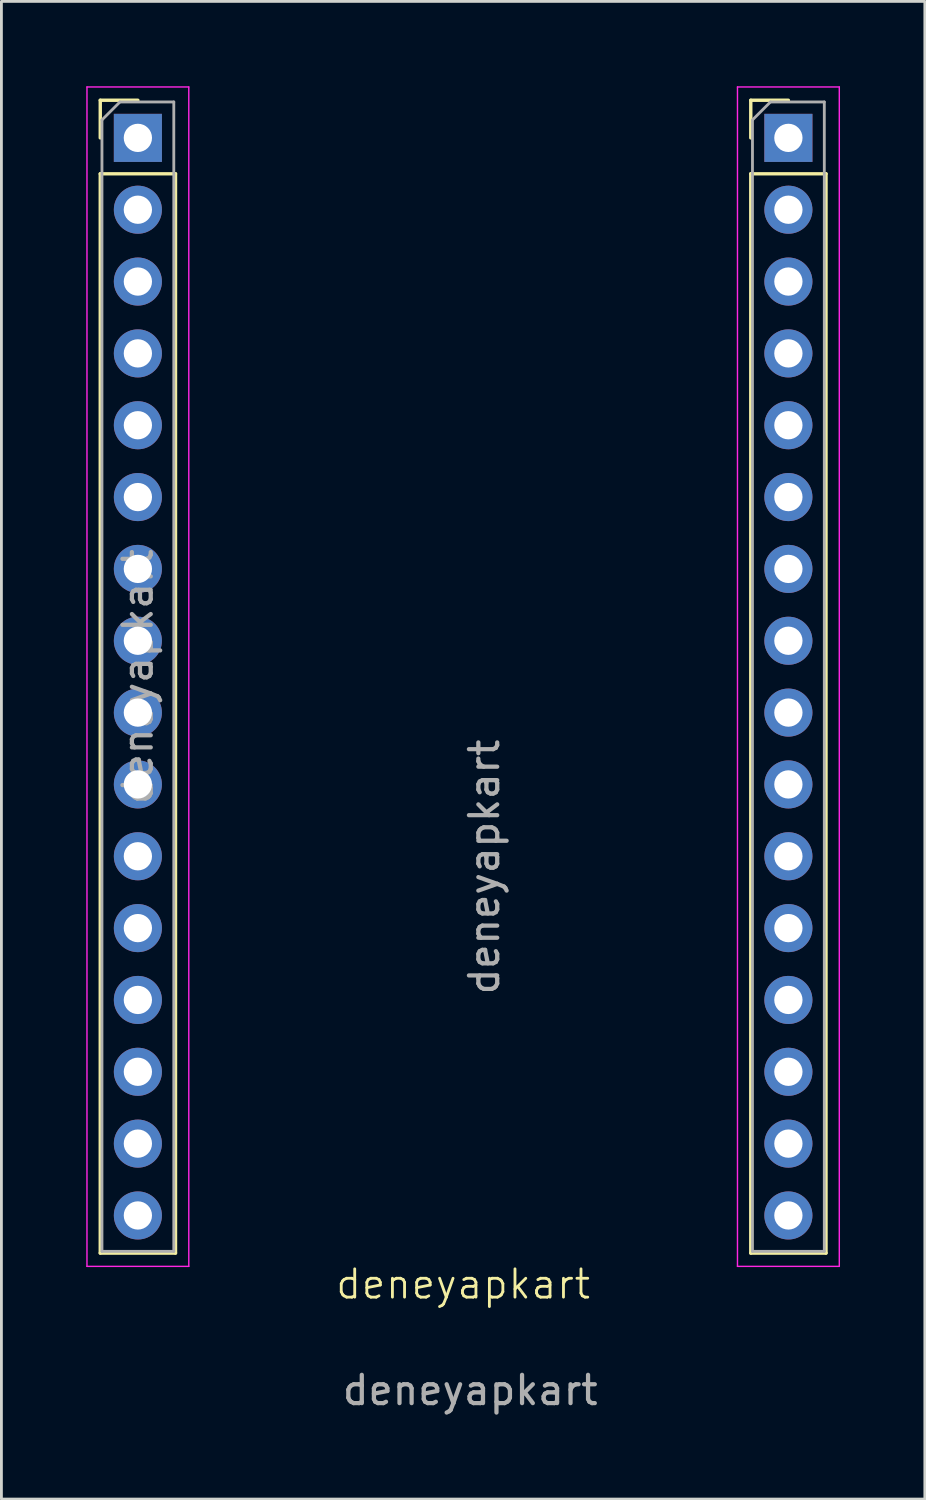
<source format=kicad_pcb>
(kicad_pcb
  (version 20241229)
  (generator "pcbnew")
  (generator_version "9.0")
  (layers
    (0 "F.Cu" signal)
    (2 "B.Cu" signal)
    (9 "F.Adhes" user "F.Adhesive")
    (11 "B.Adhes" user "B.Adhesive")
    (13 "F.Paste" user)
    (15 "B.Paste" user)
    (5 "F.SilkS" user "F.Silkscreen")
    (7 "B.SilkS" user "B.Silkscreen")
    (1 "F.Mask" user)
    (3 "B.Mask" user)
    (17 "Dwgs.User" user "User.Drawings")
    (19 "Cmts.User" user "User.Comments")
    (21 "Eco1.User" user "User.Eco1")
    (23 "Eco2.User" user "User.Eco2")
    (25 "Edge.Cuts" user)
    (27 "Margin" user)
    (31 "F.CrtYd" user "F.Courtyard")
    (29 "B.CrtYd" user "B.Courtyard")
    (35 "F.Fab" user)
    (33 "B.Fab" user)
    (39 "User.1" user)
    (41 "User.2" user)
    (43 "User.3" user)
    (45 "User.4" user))
  (footprint "deneyapkart"
    (layer "F.Cu")
    (at 13.325 20.855)
    (property "Reference" "deneyapkart" (at 0 21.5 0) (unlocked yes) (layer "F.SilkS") (effects (font (size 1 1) (thickness 0.1))))
    (attr through_hole)
    (fp_line (start -12.83 -20.36) (end -11.5 -20.36) (stroke (width 0.12) (type solid)) (layer "F.SilkS"))
    (fp_line (start -12.83 -19.03) (end -12.83 -20.36) (stroke (width 0.12) (type solid)) (layer "F.SilkS"))
    (fp_line (start -12.83 -17.76) (end -12.83 20.4) (stroke (width 0.12) (type solid)) (layer "F.SilkS"))
    (fp_line (start -12.83 -17.76) (end -10.17 -17.76) (stroke (width 0.12) (type solid)) (layer "F.SilkS"))
    (fp_line (start -12.83 20.4) (end -10.17 20.4) (stroke (width 0.12) (type solid)) (layer "F.SilkS"))
    (fp_line (start -10.17 -17.76) (end -10.17 20.4) (stroke (width 0.12) (type solid)) (layer "F.SilkS"))
    (fp_line (start 10.17 -20.36) (end 11.5 -20.36) (stroke (width 0.12) (type solid)) (layer "F.SilkS"))
    (fp_line (start 10.17 -19.03) (end 10.17 -20.36) (stroke (width 0.12) (type solid)) (layer "F.SilkS"))
    (fp_line (start 10.17 -17.76) (end 10.17 20.4) (stroke (width 0.12) (type solid)) (layer "F.SilkS"))
    (fp_line (start 10.17 -17.76) (end 12.83 -17.76) (stroke (width 0.12) (type solid)) (layer "F.SilkS"))
    (fp_line (start 10.17 20.4) (end 12.83 20.4) (stroke (width 0.12) (type solid)) (layer "F.SilkS"))
    (fp_line (start 12.83 -17.76) (end 12.83 20.4) (stroke (width 0.12) (type solid)) (layer "F.SilkS"))
    (fp_line (start -13.3 -20.83) (end -13.3 20.87) (stroke (width 0.05) (type solid)) (layer "F.CrtYd"))
    (fp_line (start -13.3 20.87) (end -9.7 20.87) (stroke (width 0.05) (type solid)) (layer "F.CrtYd"))
    (fp_line (start -9.7 -20.83) (end -13.3 -20.83) (stroke (width 0.05) (type solid)) (layer "F.CrtYd"))
    (fp_line (start -9.7 20.87) (end -9.7 -20.83) (stroke (width 0.05) (type solid)) (layer "F.CrtYd"))
    (fp_line (start 9.7 -20.83) (end 9.7 20.87) (stroke (width 0.05) (type solid)) (layer "F.CrtYd"))
    (fp_line (start 9.7 20.87) (end 13.3 20.87) (stroke (width 0.05) (type solid)) (layer "F.CrtYd"))
    (fp_line (start 13.3 -20.83) (end 9.7 -20.83) (stroke (width 0.05) (type solid)) (layer "F.CrtYd"))
    (fp_line (start 13.3 20.87) (end 13.3 -20.83) (stroke (width 0.05) (type solid)) (layer "F.CrtYd"))
    (fp_line (start -12.77 -19.665) (end -12.135 -20.3) (stroke (width 0.1) (type solid)) (layer "F.Fab"))
    (fp_line (start -12.77 20.34) (end -12.77 -19.665) (stroke (width 0.1) (type solid)) (layer "F.Fab"))
    (fp_line (start -12.135 -20.3) (end -10.23 -20.3) (stroke (width 0.1) (type solid)) (layer "F.Fab"))
    (fp_line (start -10.23 -20.3) (end -10.23 20.34) (stroke (width 0.1) (type solid)) (layer "F.Fab"))
    (fp_line (start -10.23 20.34) (end -12.77 20.34) (stroke (width 0.1) (type solid)) (layer "F.Fab"))
    (fp_line (start 10.23 -19.665) (end 10.865 -20.3) (stroke (width 0.1) (type solid)) (layer "F.Fab"))
    (fp_line (start 10.23 20.34) (end 10.23 -19.665) (stroke (width 0.1) (type solid)) (layer "F.Fab"))
    (fp_line (start 10.865 -20.3) (end 12.77 -20.3) (stroke (width 0.1) (type solid)) (layer "F.Fab"))
    (fp_line (start 12.77 -20.3) (end 12.77 20.34) (stroke (width 0.1) (type solid)) (layer "F.Fab"))
    (fp_line (start 12.77 20.34) (end 10.23 20.34) (stroke (width 0.1) (type solid)) (layer "F.Fab"))
    (fp_text user "${REFERENCE}" (at -11.5 0.02 90) (layer "F.Fab") (effects (font (size 1 1) (thickness 0.15))))
    (fp_text user "${REFERENCE}" (at 0.75 6.75 90) (layer "F.Fab") (effects (font (size 1 1) (thickness 0.15))))
    (fp_text user "${REFERENCE}" (at 0.25 25.25 0) (unlocked yes) (layer "F.Fab") (effects (font (size 1 1) (thickness 0.15))))
    (pad "1" thru_hole rect (at -11.5 -19.03) (size 1.7 1.7) (drill 1) (layers "*.Cu" "*.Mask"))
    (pad "2" thru_hole oval (at -11.5 -16.49) (size 1.7 1.7) (drill 1) (layers "*.Cu" "*.Mask"))
    (pad "3" thru_hole oval (at -11.5 -13.95) (size 1.7 1.7) (drill 1) (layers "*.Cu" "*.Mask"))
    (pad "4" thru_hole oval (at -11.5 -11.41) (size 1.7 1.7) (drill 1) (layers "*.Cu" "*.Mask"))
    (pad "5" thru_hole oval (at -11.5 -8.87) (size 1.7 1.7) (drill 1) (layers "*.Cu" "*.Mask"))
    (pad "6" thru_hole oval (at -11.5 -6.33) (size 1.7 1.7) (drill 1) (layers "*.Cu" "*.Mask"))
    (pad "7" thru_hole oval (at -11.5 -3.79) (size 1.7 1.7) (drill 1) (layers "*.Cu" "*.Mask"))
    (pad "8" thru_hole oval (at -11.5 -1.25) (size 1.7 1.7) (drill 1) (layers "*.Cu" "*.Mask"))
    (pad "9" thru_hole oval (at -11.5 1.29) (size 1.7 1.7) (drill 1) (layers "*.Cu" "*.Mask"))
    (pad "10" thru_hole oval (at -11.5 3.83) (size 1.7 1.7) (drill 1) (layers "*.Cu" "*.Mask"))
    (pad "11" thru_hole oval (at -11.5 6.37) (size 1.7 1.7) (drill 1) (layers "*.Cu" "*.Mask"))
    (pad "12" thru_hole oval (at -11.5 8.91) (size 1.7 1.7) (drill 1) (layers "*.Cu" "*.Mask"))
    (pad "13" thru_hole oval (at -11.5 11.45) (size 1.7 1.7) (drill 1) (layers "*.Cu" "*.Mask"))
    (pad "14" thru_hole oval (at -11.5 13.99) (size 1.7 1.7) (drill 1) (layers "*.Cu" "*.Mask"))
    (pad "15" thru_hole oval (at -11.5 16.53) (size 1.7 1.7) (drill 1) (layers "*.Cu" "*.Mask"))
    (pad "16" thru_hole oval (at -11.5 19.07) (size 1.7 1.7) (drill 1) (layers "*.Cu" "*.Mask"))
    (pad "17" thru_hole oval (at 11.5 19.07) (size 1.7 1.7) (drill 1) (layers "*.Cu" "*.Mask"))
    (pad "18" thru_hole oval (at 11.5 16.53) (size 1.7 1.7) (drill 1) (layers "*.Cu" "*.Mask"))
    (pad "19" thru_hole oval (at 11.5 13.99) (size 1.7 1.7) (drill 1) (layers "*.Cu" "*.Mask"))
    (pad "20" thru_hole oval (at 11.5 11.45) (size 1.7 1.7) (drill 1) (layers "*.Cu" "*.Mask"))
    (pad "21" thru_hole oval (at 11.5 8.91) (size 1.7 1.7) (drill 1) (layers "*.Cu" "*.Mask"))
    (pad "22" thru_hole oval (at 11.5 6.37) (size 1.7 1.7) (drill 1) (layers "*.Cu" "*.Mask"))
    (pad "23" thru_hole oval (at 11.5 3.83) (size 1.7 1.7) (drill 1) (layers "*.Cu" "*.Mask"))
    (pad "24" thru_hole oval (at 11.5 1.29) (size 1.7 1.7) (drill 1) (layers "*.Cu" "*.Mask"))
    (pad "25" thru_hole oval (at 11.5 -1.25) (size 1.7 1.7) (drill 1) (layers "*.Cu" "*.Mask"))
    (pad "26" thru_hole oval (at 11.5 -3.79) (size 1.7 1.7) (drill 1) (layers "*.Cu" "*.Mask"))
    (pad "27" thru_hole oval (at 11.5 -6.33) (size 1.7 1.7) (drill 1) (layers "*.Cu" "*.Mask"))
    (pad "28" thru_hole oval (at 11.5 -8.87) (size 1.7 1.7) (drill 1) (layers "*.Cu" "*.Mask"))
    (pad "29" thru_hole oval (at 11.5 -11.41) (size 1.7 1.7) (drill 1) (layers "*.Cu" "*.Mask"))
    (pad "30" thru_hole oval (at 11.5 -13.95) (size 1.7 1.7) (drill 1) (layers "*.Cu" "*.Mask"))
    (pad "31" thru_hole oval (at 11.5 -16.49) (size 1.7 1.7) (drill 1) (layers "*.Cu" "*.Mask"))
    (pad "32" thru_hole rect (at 11.5 -19.03) (size 1.7 1.7) (drill 1) (layers "*.Cu" "*.Mask")))
  (gr_rect
    (start -3 -3)
    (end 29.65 49.953)
    (stroke (width 0.1) (type default))
    (fill no)
    (layer "Edge.Cuts")))
</source>
